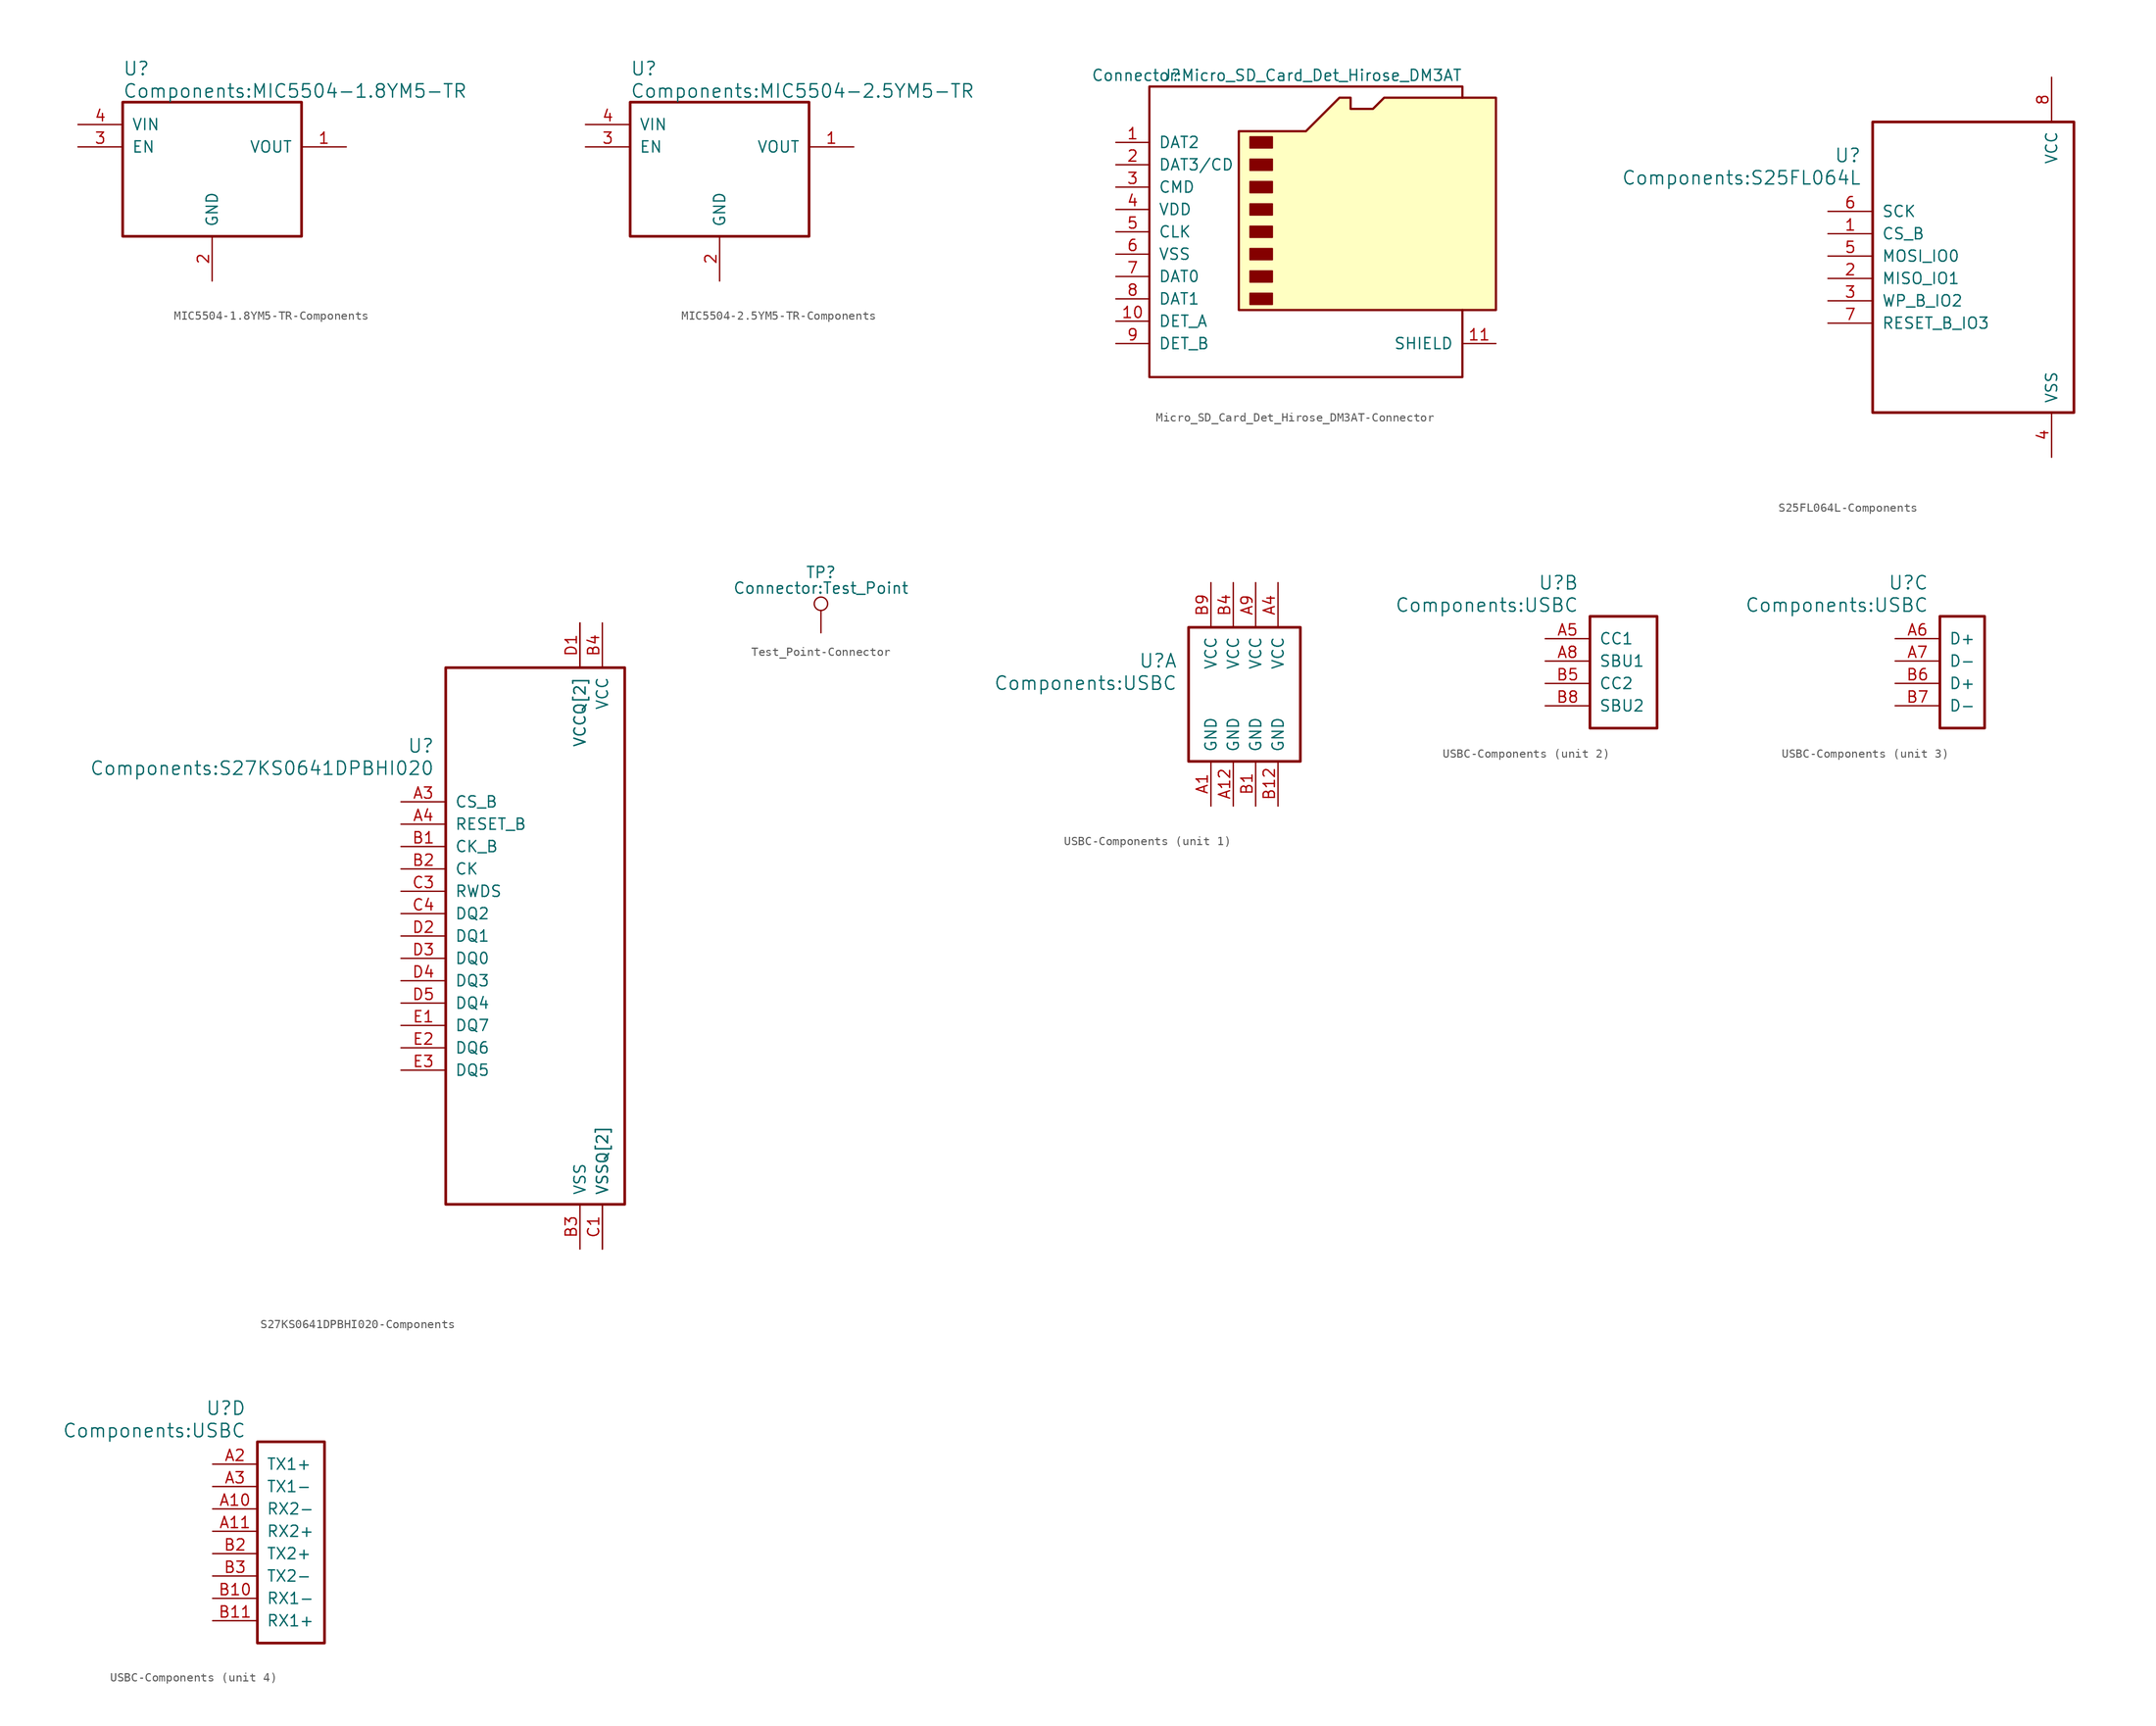
<source format=kicad_sym>
(kicad_symbol_lib
  (version 20231120)
  (generator "kicad_symbol_editor")
  (generator_version "8.0")
  (symbol "MIC5504-1.8YM5-TR-Components"
    (pin_names
      (offset 1.016))
    (property "Reference" "U"
      (at 5.08 6.35 0)
      (effects (font (size 1.524 1.524)) (justify left)))
    (property "Value" "Components:MIC5504-1.8YM5-TR"
      (at 5.08 3.81 0)
      (effects (font (size 1.524 1.524)) (justify left)))
    (property "ki_locked" ""
      (at 0 0 0)
      (effects (font (size 1.27 1.27))))
    (symbol "MIC5504-1.8YM5-TR-Components_1_1"
      (rectangle (start 5.08 2.54) (end 25.4 -12.7) (stroke (width 0.305) (type solid)) (fill (type none)))
      (pin bidirectional line (at 30.48 -2.54 180) (length 5.08) (name "VOUT" (effects (font (size 1.27 1.27)))) (number "1" (effects (font (size 1.27 1.27)))))
      (pin bidirectional line (at 15.24 -17.78 90) (length 5.08) (name "GND" (effects (font (size 1.27 1.27)))) (number "2" (effects (font (size 1.27 1.27)))))
      (pin bidirectional line (at 0 -2.54 0) (length 5.08) (name "EN" (effects (font (size 1.27 1.27)))) (number "3" (effects (font (size 1.27 1.27)))))
      (pin bidirectional line (at 0 0 0) (length 5.08) (name "VIN" (effects (font (size 1.27 1.27)))) (number "4" (effects (font (size 1.27 1.27)))))))
  (symbol "MIC5504-2.5YM5-TR-Components"
    (pin_names
      (offset 1.016))
    (property "Reference" "U"
      (at 5.08 6.35 0)
      (effects (font (size 1.524 1.524)) (justify left)))
    (property "Value" "Components:MIC5504-2.5YM5-TR"
      (at 5.08 3.81 0)
      (effects (font (size 1.524 1.524)) (justify left)))
    (property "ki_locked" ""
      (at 0 0 0)
      (effects (font (size 1.27 1.27))))
    (symbol "MIC5504-2.5YM5-TR-Components_1_1"
      (rectangle (start 5.08 2.54) (end 25.4 -12.7) (stroke (width 0.305) (type solid)) (fill (type none)))
      (pin bidirectional line (at 30.48 -2.54 180) (length 5.08) (name "VOUT" (effects (font (size 1.27 1.27)))) (number "1" (effects (font (size 1.27 1.27)))))
      (pin bidirectional line (at 15.24 -17.78 90) (length 5.08) (name "GND" (effects (font (size 1.27 1.27)))) (number "2" (effects (font (size 1.27 1.27)))))
      (pin bidirectional line (at 0 -2.54 0) (length 5.08) (name "EN" (effects (font (size 1.27 1.27)))) (number "3" (effects (font (size 1.27 1.27)))))
      (pin bidirectional line (at 0 0 0) (length 5.08) (name "VIN" (effects (font (size 1.27 1.27)))) (number "4" (effects (font (size 1.27 1.27)))))))
  (symbol "Micro_SD_Card_Det_Hirose_DM3AT-Connector"
    (pin_names
      (offset 1.016))
    (property "Reference" "J"
      (at -16.51 17.78 0)
      (effects (font (size 1.27 1.27))))
    (property "Value" "Connector:Micro_SD_Card_Det_Hirose_DM3AT"
      (at 16.51 17.78 0)
      (effects (font (size 1.27 1.27)) (justify right)))
    (symbol "Micro_SD_Card_Det_Hirose_DM3AT-Connector_0_1"
      (rectangle (start -7.62 -6.985) (end -5.08 -8.255) (stroke (width 0) (type solid)) (fill (type outline)))
      (rectangle (start -7.62 -4.445) (end -5.08 -5.715) (stroke (width 0) (type solid)) (fill (type outline)))
      (rectangle (start -7.62 -1.905) (end -5.08 -3.175) (stroke (width 0) (type solid)) (fill (type outline)))
      (rectangle (start -7.62 0.635) (end -5.08 -0.635) (stroke (width 0) (type solid)) (fill (type outline)))
      (rectangle (start -7.62 3.175) (end -5.08 1.905) (stroke (width 0) (type solid)) (fill (type outline)))
      (rectangle (start -7.62 5.715) (end -5.08 4.445) (stroke (width 0) (type solid)) (fill (type outline)))
      (rectangle (start -7.62 8.255) (end -5.08 6.985) (stroke (width 0) (type solid)) (fill (type outline)))
      (rectangle (start -7.62 10.795) (end -5.08 9.525) (stroke (width 0) (type solid)) (fill (type outline)))
      (polyline (pts (xy 16.51 15.24) (xy 16.51 16.51) (xy -19.05 16.51) (xy -19.05 -16.51) (xy 16.51 -16.51) (xy 16.51 -8.89)) (stroke (width 0.254) (type solid)) (fill (type none)))
      (polyline (pts (xy -8.89 -8.89) (xy -8.89 11.43) (xy -1.27 11.43) (xy 2.54 15.24) (xy 3.81 15.24) (xy 3.81 13.97) (xy 6.35 13.97) (xy 7.62 15.24) (xy 20.32 15.24) (xy 20.32 -8.89) (xy -8.89 -8.89)) (stroke (width 0.254) (type solid)) (fill (type background))))
    (symbol "Micro_SD_Card_Det_Hirose_DM3AT-Connector_1_1"
      (pin bidirectional line (at -22.86 10.16 0) (length 3.81) (name "DAT2" (effects (font (size 1.27 1.27)))) (number "1" (effects (font (size 1.27 1.27)))))
      (pin passive line (at -22.86 -10.16 0) (length 3.81) (name "DET_A" (effects (font (size 1.27 1.27)))) (number "10" (effects (font (size 1.27 1.27)))))
      (pin passive line (at 20.32 -12.7 180) (length 3.81) (name "SHIELD" (effects (font (size 1.27 1.27)))) (number "11" (effects (font (size 1.27 1.27)))))
      (pin bidirectional line (at -22.86 7.62 0) (length 3.81) (name "DAT3/CD" (effects (font (size 1.27 1.27)))) (number "2" (effects (font (size 1.27 1.27)))))
      (pin input line (at -22.86 5.08 0) (length 3.81) (name "CMD" (effects (font (size 1.27 1.27)))) (number "3" (effects (font (size 1.27 1.27)))))
      (pin power_in line (at -22.86 2.54 0) (length 3.81) (name "VDD" (effects (font (size 1.27 1.27)))) (number "4" (effects (font (size 1.27 1.27)))))
      (pin input line (at -22.86 0 0) (length 3.81) (name "CLK" (effects (font (size 1.27 1.27)))) (number "5" (effects (font (size 1.27 1.27)))))
      (pin power_in line (at -22.86 -2.54 0) (length 3.81) (name "VSS" (effects (font (size 1.27 1.27)))) (number "6" (effects (font (size 1.27 1.27)))))
      (pin input line (at -22.86 -5.08 0) (length 3.81) (name "DAT0" (effects (font (size 1.27 1.27)))) (number "7" (effects (font (size 1.27 1.27)))))
      (pin input line (at -22.86 -7.62 0) (length 3.81) (name "DAT1" (effects (font (size 1.27 1.27)))) (number "8" (effects (font (size 1.27 1.27)))))
      (pin passive line (at -22.86 -12.7 0) (length 3.81) (name "DET_B" (effects (font (size 1.27 1.27)))) (number "9" (effects (font (size 1.27 1.27)))))))
  (symbol "S25FL064L-Components"
    (pin_names
      (offset 1.016))
    (property "Reference" "U"
      (at 3.81 6.35 0)
      (effects (font (size 1.524 1.524)) (justify right)))
    (property "Value" "Components:S25FL064L"
      (at 3.81 3.81 0)
      (effects (font (size 1.524 1.524)) (justify right)))
    (property "ki_locked" ""
      (at 0 0 0)
      (effects (font (size 1.27 1.27))))
    (symbol "S25FL064L-Components_1_1"
      (rectangle (start 5.08 10.16) (end 27.94 -22.86) (stroke (width 0.305) (type solid)) (fill (type none)))
      (pin tri_state line (at 0 -2.54 0) (length 5.08) (name "CS_B" (effects (font (size 1.27 1.27)))) (number "1" (effects (font (size 1.27 1.27)))))
      (pin tri_state line (at 0 -7.62 0) (length 5.08) (name "MISO_IO1" (effects (font (size 1.27 1.27)))) (number "2" (effects (font (size 1.27 1.27)))))
      (pin tri_state line (at 0 -10.16 0) (length 5.08) (name "WP_B_IO2" (effects (font (size 1.27 1.27)))) (number "3" (effects (font (size 1.27 1.27)))))
      (pin power_in line (at 25.4 -27.94 90) (length 5.08) (name "VSS" (effects (font (size 1.27 1.27)))) (number "4" (effects (font (size 1.27 1.27)))))
      (pin tri_state line (at 0 -5.08 0) (length 5.08) (name "MOSI_IO0" (effects (font (size 1.27 1.27)))) (number "5" (effects (font (size 1.27 1.27)))))
      (pin tri_state line (at 0 0 0) (length 5.08) (name "SCK" (effects (font (size 1.27 1.27)))) (number "6" (effects (font (size 1.27 1.27)))))
      (pin tri_state line (at 0 -12.7 0) (length 5.08) (name "RESET_B_IO3" (effects (font (size 1.27 1.27)))) (number "7" (effects (font (size 1.27 1.27)))))
      (pin power_in line (at 25.4 15.24 270) (length 5.08) (name "VCC" (effects (font (size 1.27 1.27)))) (number "8" (effects (font (size 1.27 1.27)))))))
  (symbol "S27KS0641DPBHI020-Components"
    (pin_names
      (offset 1.016))
    (property "Reference" "U"
      (at 3.81 6.35 0)
      (effects (font (size 1.524 1.524)) (justify right)))
    (property "Value" "Components:S27KS0641DPBHI020"
      (at 3.81 3.81 0)
      (effects (font (size 1.524 1.524)) (justify right)))
    (property "ki_locked" ""
      (at 0 0 0)
      (effects (font (size 1.27 1.27))))
    (symbol "S27KS0641DPBHI020-Components_1_1"
      (rectangle (start 5.08 15.24) (end 25.4 -45.72) (stroke (width 0.305) (type solid)) (fill (type none)))
      (pin input line (at 0 0 0) (length 5.08) (name "CS_B" (effects (font (size 1.27 1.27)))) (number "A3" (effects (font (size 1.27 1.27)))))
      (pin input line (at 0 -2.54 0) (length 5.08) (name "RESET_B" (effects (font (size 1.27 1.27)))) (number "A4" (effects (font (size 1.27 1.27)))))
      (pin input line (at 0 -5.08 0) (length 5.08) (name "CK_B" (effects (font (size 1.27 1.27)))) (number "B1" (effects (font (size 1.27 1.27)))))
      (pin input line (at 0 -7.62 0) (length 5.08) (name "CK" (effects (font (size 1.27 1.27)))) (number "B2" (effects (font (size 1.27 1.27)))))
      (pin power_in line (at 20.32 -50.8 90) (length 5.08) (name "VSS" (effects (font (size 1.27 1.27)))) (number "B3" (effects (font (size 1.27 1.27)))))
      (pin power_in line (at 22.86 20.32 270) (length 5.08) (name "VCC" (effects (font (size 1.27 1.27)))) (number "B4" (effects (font (size 1.27 1.27)))))
      (pin power_in line (at 22.86 -50.8 90) (length 5.08) (name "VSSQ[2]" (effects (font (size 1.27 1.27)))) (number "C1" (effects (font (size 1.27 1.27)))))
      (pin tri_state line (at 0 -10.16 0) (length 5.08) (name "RWDS" (effects (font (size 1.27 1.27)))) (number "C3" (effects (font (size 1.27 1.27)))))
      (pin tri_state line (at 0 -12.7 0) (length 5.08) (name "DQ2" (effects (font (size 1.27 1.27)))) (number "C4" (effects (font (size 1.27 1.27)))))
      (pin power_in line (at 20.32 20.32 270) (length 5.08) (name "VCCQ[2]" (effects (font (size 1.27 1.27)))) (number "D1" (effects (font (size 1.27 1.27)))))
      (pin tri_state line (at 0 -15.24 0) (length 5.08) (name "DQ1" (effects (font (size 1.27 1.27)))) (number "D2" (effects (font (size 1.27 1.27)))))
      (pin tri_state line (at 0 -17.78 0) (length 5.08) (name "DQ0" (effects (font (size 1.27 1.27)))) (number "D3" (effects (font (size 1.27 1.27)))))
      (pin tri_state line (at 0 -20.32 0) (length 5.08) (name "DQ3" (effects (font (size 1.27 1.27)))) (number "D4" (effects (font (size 1.27 1.27)))))
      (pin tri_state line (at 0 -22.86 0) (length 5.08) (name "DQ4" (effects (font (size 1.27 1.27)))) (number "D5" (effects (font (size 1.27 1.27)))))
      (pin tri_state line (at 0 -25.4 0) (length 5.08) (name "DQ7" (effects (font (size 1.27 1.27)))) (number "E1" (effects (font (size 1.27 1.27)))))
      (pin tri_state line (at 0 -27.94 0) (length 5.08) (name "DQ6" (effects (font (size 1.27 1.27)))) (number "E2" (effects (font (size 1.27 1.27)))))
      (pin tri_state line (at 0 -30.48 0) (length 5.08) (name "DQ5" (effects (font (size 1.27 1.27)))) (number "E3" (effects (font (size 1.27 1.27)))))
      (pin power_in line (at 20.32 20.32 270) (length 5.08) (name "VCCQ[2]" (effects (font (size 1.27 1.27)))) (number "E4" (effects (font (size 0 0)))))
      (pin power_in line (at 22.86 -50.8 90) (length 5.08) (name "VSSQ[2]" (effects (font (size 1.27 1.27)))) (number "E5" (effects (font (size 0 0)))))))
  (symbol "Test_Point-Connector"
    (pin_numbers hide)
    (pin_names
      (offset 0.762) hide)
    (property "Reference" "TP"
      (at 0 6.858 0)
      (effects (font (size 1.27 1.27))))
    (property "Value" "Connector:Test_Point"
      (at 0 5.08 0)
      (effects (font (size 1.27 1.27))))
    (symbol "Test_Point-Connector_0_1"
      (circle (center 0 3.302) (radius 0.762) (stroke (width 0) (type solid)) (fill (type none))))
    (symbol "Test_Point-Connector_1_1"
      (pin passive line (at 0 0 90) (length 2.54) (name "1" (effects (font (size 1.27 1.27)))) (number "1" (effects (font (size 1.27 1.27)))))))
  (symbol "USBC-Components"
    (pin_names
      (offset 1.016))
    (property "Reference" "U"
      (at 3.81 6.35 0)
      (effects (font (size 1.524 1.524)) (justify right)))
    (property "Value" "Components:USBC"
      (at 3.81 3.81 0)
      (effects (font (size 1.524 1.524)) (justify right)))
    (property "ki_locked" ""
      (at 0 0 0)
      (effects (font (size 1.27 1.27))))
    (symbol "USBC-Components_1_1"
      (rectangle (start 5.08 10.16) (end 17.78 -5.08) (stroke (width 0.305) (type solid)) (fill (type none)))
      (pin unspecified line (at 7.62 -10.16 90) (length 5.08) (name "GND" (effects (font (size 1.27 1.27)))) (number "A1" (effects (font (size 1.27 1.27)))))
      (pin unspecified line (at 10.16 -10.16 90) (length 5.08) (name "GND" (effects (font (size 1.27 1.27)))) (number "A12" (effects (font (size 1.27 1.27)))))
      (pin unspecified line (at 15.24 15.24 270) (length 5.08) (name "VCC" (effects (font (size 1.27 1.27)))) (number "A4" (effects (font (size 1.27 1.27)))))
      (pin unspecified line (at 12.7 15.24 270) (length 5.08) (name "VCC" (effects (font (size 1.27 1.27)))) (number "A9" (effects (font (size 1.27 1.27)))))
      (pin unspecified line (at 12.7 -10.16 90) (length 5.08) (name "GND" (effects (font (size 1.27 1.27)))) (number "B1" (effects (font (size 1.27 1.27)))))
      (pin unspecified line (at 15.24 -10.16 90) (length 5.08) (name "GND" (effects (font (size 1.27 1.27)))) (number "B12" (effects (font (size 1.27 1.27)))))
      (pin unspecified line (at 10.16 15.24 270) (length 5.08) (name "VCC" (effects (font (size 1.27 1.27)))) (number "B4" (effects (font (size 1.27 1.27)))))
      (pin unspecified line (at 7.62 15.24 270) (length 5.08) (name "VCC" (effects (font (size 1.27 1.27)))) (number "B9" (effects (font (size 1.27 1.27))))))
    (symbol "USBC-Components_2_1"
      (rectangle (start 5.08 2.54) (end 12.7 -10.16) (stroke (width 0.305) (type solid)) (fill (type none)))
      (pin unspecified line (at 0 0 0) (length 5.08) (name "CC1" (effects (font (size 1.27 1.27)))) (number "A5" (effects (font (size 1.27 1.27)))))
      (pin unspecified line (at 0 -2.54 0) (length 5.08) (name "SBU1" (effects (font (size 1.27 1.27)))) (number "A8" (effects (font (size 1.27 1.27)))))
      (pin unspecified line (at 0 -5.08 0) (length 5.08) (name "CC2" (effects (font (size 1.27 1.27)))) (number "B5" (effects (font (size 1.27 1.27)))))
      (pin unspecified line (at 0 -7.62 0) (length 5.08) (name "SBU2" (effects (font (size 1.27 1.27)))) (number "B8" (effects (font (size 1.27 1.27))))))
    (symbol "USBC-Components_3_1"
      (rectangle (start 5.08 2.54) (end 10.16 -10.16) (stroke (width 0.305) (type solid)) (fill (type none)))
      (pin unspecified line (at 0 0 0) (length 5.08) (name "D+" (effects (font (size 1.27 1.27)))) (number "A6" (effects (font (size 1.27 1.27)))))
      (pin unspecified line (at 0 -2.54 0) (length 5.08) (name "D-" (effects (font (size 1.27 1.27)))) (number "A7" (effects (font (size 1.27 1.27)))))
      (pin unspecified line (at 0 -5.08 0) (length 5.08) (name "D+" (effects (font (size 1.27 1.27)))) (number "B6" (effects (font (size 1.27 1.27)))))
      (pin unspecified line (at 0 -7.62 0) (length 5.08) (name "D-" (effects (font (size 1.27 1.27)))) (number "B7" (effects (font (size 1.27 1.27))))))
    (symbol "USBC-Components_4_1"
      (rectangle (start 5.08 2.54) (end 12.7 -20.32) (stroke (width 0.305) (type solid)) (fill (type none)))
      (pin unspecified line (at 0 -5.08 0) (length 5.08) (name "RX2-" (effects (font (size 1.27 1.27)))) (number "A10" (effects (font (size 1.27 1.27)))))
      (pin unspecified line (at 0 -7.62 0) (length 5.08) (name "RX2+" (effects (font (size 1.27 1.27)))) (number "A11" (effects (font (size 1.27 1.27)))))
      (pin unspecified line (at 0 0 0) (length 5.08) (name "TX1+" (effects (font (size 1.27 1.27)))) (number "A2" (effects (font (size 1.27 1.27)))))
      (pin unspecified line (at 0 -2.54 0) (length 5.08) (name "TX1-" (effects (font (size 1.27 1.27)))) (number "A3" (effects (font (size 1.27 1.27)))))
      (pin unspecified line (at 0 -15.24 0) (length 5.08) (name "RX1-" (effects (font (size 1.27 1.27)))) (number "B10" (effects (font (size 1.27 1.27)))))
      (pin unspecified line (at 0 -17.78 0) (length 5.08) (name "RX1+" (effects (font (size 1.27 1.27)))) (number "B11" (effects (font (size 1.27 1.27)))))
      (pin unspecified line (at 0 -10.16 0) (length 5.08) (name "TX2+" (effects (font (size 1.27 1.27)))) (number "B2" (effects (font (size 1.27 1.27)))))
      (pin unspecified line (at 0 -12.7 0) (length 5.08) (name "TX2-" (effects (font (size 1.27 1.27)))) (number "B3" (effects (font (size 1.27 1.27))))))))
</source>
